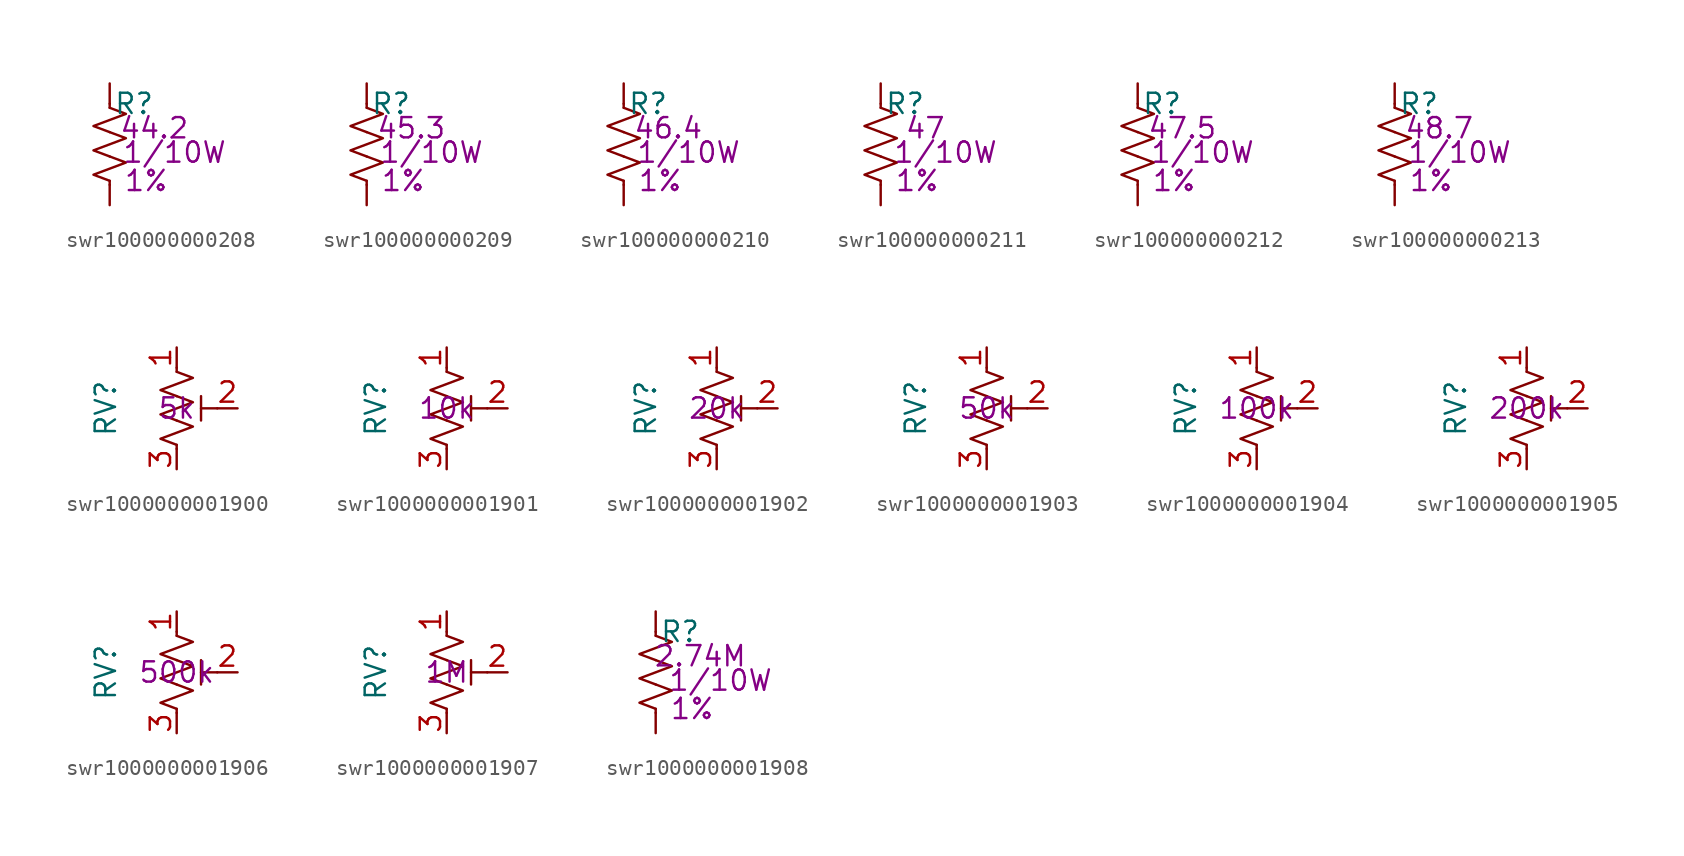
<source format=kicad_sym>
(kicad_symbol_lib
  (version 20211014)
  (generator kicad_symbol_editor)
  (symbol "swr100000000208"
    (pin_numbers hide)
    (pin_names
      (offset 1.016))
    (property "Reference" "R"
      (at 1.524 2.54 0)
      (effects (font (size 1.27 1.27))))
    (property "Tolerance" "1%"
      (at 2.286 -2.286 0)
      (effects (font (size 1.27 1.27))))
    (property "Wattage" "1/10W"
      (at 4.064 -0.508 0)
      (effects (font (size 1.27 1.27))))
    (property "PartValue" "44.2"
      (at 2.794 1.016 0)
      (effects (font (size 1.27 1.27))))
    (symbol "swr100000000208_1_1"
      (polyline (pts (xy 0 -2.286) (xy 0 -2.54)) (stroke (width 0) (type default) (color 0 0 0 0)) (fill (type none)))
      (polyline (pts (xy 0 2.286) (xy 0 2.54)) (stroke (width 0) (type default) (color 0 0 0 0)) (fill (type none)))
      (polyline (pts (xy 0 -0.762) (xy 1.016 -1.143) (xy 0 -1.524) (xy -1.016 -1.905) (xy 0 -2.286)) (stroke (width 0) (type default) (color 0 0 0 0)) (fill (type none)))
      (polyline (pts (xy 0 0.762) (xy 1.016 0.381) (xy 0 0) (xy -1.016 -0.381) (xy 0 -0.762)) (stroke (width 0) (type default) (color 0 0 0 0)) (fill (type none)))
      (polyline (pts (xy 0 2.286) (xy 1.016 1.905) (xy 0 1.524) (xy -1.016 1.143) (xy 0 0.762)) (stroke (width 0) (type default) (color 0 0 0 0)) (fill (type none)))
      (pin passive line (at 0 3.81 270) (length 1.27) (name "~" (effects (font (size 1.27 1.27)))) (number "1" (effects (font (size 1.27 1.27)))))
      (pin passive line (at 0 -3.81 90) (length 1.27) (name "~" (effects (font (size 1.27 1.27)))) (number "2" (effects (font (size 1.27 1.27)))))))
  (symbol "swr100000000209"
    (pin_numbers hide)
    (pin_names
      (offset 1.016))
    (property "Reference" "R"
      (at 1.524 2.54 0)
      (effects (font (size 1.27 1.27))))
    (property "Tolerance" "1%"
      (at 2.286 -2.286 0)
      (effects (font (size 1.27 1.27))))
    (property "Wattage" "1/10W"
      (at 4.064 -0.508 0)
      (effects (font (size 1.27 1.27))))
    (property "PartValue" "45.3"
      (at 2.794 1.016 0)
      (effects (font (size 1.27 1.27))))
    (symbol "swr100000000209_1_1"
      (polyline (pts (xy 0 -2.286) (xy 0 -2.54)) (stroke (width 0) (type default) (color 0 0 0 0)) (fill (type none)))
      (polyline (pts (xy 0 2.286) (xy 0 2.54)) (stroke (width 0) (type default) (color 0 0 0 0)) (fill (type none)))
      (polyline (pts (xy 0 -0.762) (xy 1.016 -1.143) (xy 0 -1.524) (xy -1.016 -1.905) (xy 0 -2.286)) (stroke (width 0) (type default) (color 0 0 0 0)) (fill (type none)))
      (polyline (pts (xy 0 0.762) (xy 1.016 0.381) (xy 0 0) (xy -1.016 -0.381) (xy 0 -0.762)) (stroke (width 0) (type default) (color 0 0 0 0)) (fill (type none)))
      (polyline (pts (xy 0 2.286) (xy 1.016 1.905) (xy 0 1.524) (xy -1.016 1.143) (xy 0 0.762)) (stroke (width 0) (type default) (color 0 0 0 0)) (fill (type none)))
      (pin passive line (at 0 3.81 270) (length 1.27) (name "~" (effects (font (size 1.27 1.27)))) (number "1" (effects (font (size 1.27 1.27)))))
      (pin passive line (at 0 -3.81 90) (length 1.27) (name "~" (effects (font (size 1.27 1.27)))) (number "2" (effects (font (size 1.27 1.27)))))))
  (symbol "swr100000000210"
    (pin_numbers hide)
    (pin_names
      (offset 1.016))
    (property "Reference" "R"
      (at 1.524 2.54 0)
      (effects (font (size 1.27 1.27))))
    (property "Tolerance" "1%"
      (at 2.286 -2.286 0)
      (effects (font (size 1.27 1.27))))
    (property "Wattage" "1/10W"
      (at 4.064 -0.508 0)
      (effects (font (size 1.27 1.27))))
    (property "PartValue" "46.4"
      (at 2.794 1.016 0)
      (effects (font (size 1.27 1.27))))
    (symbol "swr100000000210_1_1"
      (polyline (pts (xy 0 -2.286) (xy 0 -2.54)) (stroke (width 0) (type default) (color 0 0 0 0)) (fill (type none)))
      (polyline (pts (xy 0 2.286) (xy 0 2.54)) (stroke (width 0) (type default) (color 0 0 0 0)) (fill (type none)))
      (polyline (pts (xy 0 -0.762) (xy 1.016 -1.143) (xy 0 -1.524) (xy -1.016 -1.905) (xy 0 -2.286)) (stroke (width 0) (type default) (color 0 0 0 0)) (fill (type none)))
      (polyline (pts (xy 0 0.762) (xy 1.016 0.381) (xy 0 0) (xy -1.016 -0.381) (xy 0 -0.762)) (stroke (width 0) (type default) (color 0 0 0 0)) (fill (type none)))
      (polyline (pts (xy 0 2.286) (xy 1.016 1.905) (xy 0 1.524) (xy -1.016 1.143) (xy 0 0.762)) (stroke (width 0) (type default) (color 0 0 0 0)) (fill (type none)))
      (pin passive line (at 0 3.81 270) (length 1.27) (name "~" (effects (font (size 1.27 1.27)))) (number "1" (effects (font (size 1.27 1.27)))))
      (pin passive line (at 0 -3.81 90) (length 1.27) (name "~" (effects (font (size 1.27 1.27)))) (number "2" (effects (font (size 1.27 1.27)))))))
  (symbol "swr100000000211"
    (pin_numbers hide)
    (pin_names
      (offset 1.016))
    (property "Reference" "R"
      (at 1.524 2.54 0)
      (effects (font (size 1.27 1.27))))
    (property "Tolerance" "1%"
      (at 2.286 -2.286 0)
      (effects (font (size 1.27 1.27))))
    (property "Wattage" "1/10W"
      (at 4.064 -0.508 0)
      (effects (font (size 1.27 1.27))))
    (property "PartValue" "47"
      (at 2.794 1.016 0)
      (effects (font (size 1.27 1.27))))
    (symbol "swr100000000211_1_1"
      (polyline (pts (xy 0 -2.286) (xy 0 -2.54)) (stroke (width 0) (type default) (color 0 0 0 0)) (fill (type none)))
      (polyline (pts (xy 0 2.286) (xy 0 2.54)) (stroke (width 0) (type default) (color 0 0 0 0)) (fill (type none)))
      (polyline (pts (xy 0 -0.762) (xy 1.016 -1.143) (xy 0 -1.524) (xy -1.016 -1.905) (xy 0 -2.286)) (stroke (width 0) (type default) (color 0 0 0 0)) (fill (type none)))
      (polyline (pts (xy 0 0.762) (xy 1.016 0.381) (xy 0 0) (xy -1.016 -0.381) (xy 0 -0.762)) (stroke (width 0) (type default) (color 0 0 0 0)) (fill (type none)))
      (polyline (pts (xy 0 2.286) (xy 1.016 1.905) (xy 0 1.524) (xy -1.016 1.143) (xy 0 0.762)) (stroke (width 0) (type default) (color 0 0 0 0)) (fill (type none)))
      (pin passive line (at 0 3.81 270) (length 1.27) (name "~" (effects (font (size 1.27 1.27)))) (number "1" (effects (font (size 1.27 1.27)))))
      (pin passive line (at 0 -3.81 90) (length 1.27) (name "~" (effects (font (size 1.27 1.27)))) (number "2" (effects (font (size 1.27 1.27)))))))
  (symbol "swr100000000212"
    (pin_numbers hide)
    (pin_names
      (offset 1.016))
    (property "Reference" "R"
      (at 1.524 2.54 0)
      (effects (font (size 1.27 1.27))))
    (property "Tolerance" "1%"
      (at 2.286 -2.286 0)
      (effects (font (size 1.27 1.27))))
    (property "Wattage" "1/10W"
      (at 4.064 -0.508 0)
      (effects (font (size 1.27 1.27))))
    (property "PartValue" "47.5"
      (at 2.794 1.016 0)
      (effects (font (size 1.27 1.27))))
    (symbol "swr100000000212_1_1"
      (polyline (pts (xy 0 -2.286) (xy 0 -2.54)) (stroke (width 0) (type default) (color 0 0 0 0)) (fill (type none)))
      (polyline (pts (xy 0 2.286) (xy 0 2.54)) (stroke (width 0) (type default) (color 0 0 0 0)) (fill (type none)))
      (polyline (pts (xy 0 -0.762) (xy 1.016 -1.143) (xy 0 -1.524) (xy -1.016 -1.905) (xy 0 -2.286)) (stroke (width 0) (type default) (color 0 0 0 0)) (fill (type none)))
      (polyline (pts (xy 0 0.762) (xy 1.016 0.381) (xy 0 0) (xy -1.016 -0.381) (xy 0 -0.762)) (stroke (width 0) (type default) (color 0 0 0 0)) (fill (type none)))
      (polyline (pts (xy 0 2.286) (xy 1.016 1.905) (xy 0 1.524) (xy -1.016 1.143) (xy 0 0.762)) (stroke (width 0) (type default) (color 0 0 0 0)) (fill (type none)))
      (pin passive line (at 0 3.81 270) (length 1.27) (name "~" (effects (font (size 1.27 1.27)))) (number "1" (effects (font (size 1.27 1.27)))))
      (pin passive line (at 0 -3.81 90) (length 1.27) (name "~" (effects (font (size 1.27 1.27)))) (number "2" (effects (font (size 1.27 1.27)))))))
  (symbol "swr100000000213"
    (pin_numbers hide)
    (pin_names
      (offset 1.016))
    (property "Reference" "R"
      (at 1.524 2.54 0)
      (effects (font (size 1.27 1.27))))
    (property "Tolerance" "1%"
      (at 2.286 -2.286 0)
      (effects (font (size 1.27 1.27))))
    (property "Wattage" "1/10W"
      (at 4.064 -0.508 0)
      (effects (font (size 1.27 1.27))))
    (property "PartValue" "48.7"
      (at 2.794 1.016 0)
      (effects (font (size 1.27 1.27))))
    (symbol "swr100000000213_1_1"
      (polyline (pts (xy 0 -2.286) (xy 0 -2.54)) (stroke (width 0) (type default) (color 0 0 0 0)) (fill (type none)))
      (polyline (pts (xy 0 2.286) (xy 0 2.54)) (stroke (width 0) (type default) (color 0 0 0 0)) (fill (type none)))
      (polyline (pts (xy 0 -0.762) (xy 1.016 -1.143) (xy 0 -1.524) (xy -1.016 -1.905) (xy 0 -2.286)) (stroke (width 0) (type default) (color 0 0 0 0)) (fill (type none)))
      (polyline (pts (xy 0 0.762) (xy 1.016 0.381) (xy 0 0) (xy -1.016 -0.381) (xy 0 -0.762)) (stroke (width 0) (type default) (color 0 0 0 0)) (fill (type none)))
      (polyline (pts (xy 0 2.286) (xy 1.016 1.905) (xy 0 1.524) (xy -1.016 1.143) (xy 0 0.762)) (stroke (width 0) (type default) (color 0 0 0 0)) (fill (type none)))
      (pin passive line (at 0 3.81 270) (length 1.27) (name "~" (effects (font (size 1.27 1.27)))) (number "1" (effects (font (size 1.27 1.27)))))
      (pin passive line (at 0 -3.81 90) (length 1.27) (name "~" (effects (font (size 1.27 1.27)))) (number "2" (effects (font (size 1.27 1.27)))))))
  (symbol "swr1000000001900"
    (pin_names
      (offset 1.016) hide)
    (property "Reference" "RV"
      (at -4.445 0 90)
      (effects (font (size 1.27 1.27))))
    (property "Field4" "5k"
      (at 0 0 0)
      (effects (font (size 1.27 1.27))))
    (symbol "swr1000000001900_0_1"
      (polyline (pts (xy 0 -2.286) (xy 0 -2.54)) (stroke (width 0) (type default) (color 0 0 0 0)) (fill (type none)))
      (polyline (pts (xy 0 2.286) (xy 0 2.54)) (stroke (width 0) (type default) (color 0 0 0 0)) (fill (type none)))
      (polyline (pts (xy 1.524 0.762) (xy 1.524 -0.762)) (stroke (width 0) (type default) (color 0 0 0 0)) (fill (type none)))
      (polyline (pts (xy 2.54 0) (xy 1.524 0)) (stroke (width 0) (type default) (color 0 0 0 0)) (fill (type none)))
      (polyline (pts (xy 0 -0.762) (xy 1.016 -1.143) (xy 0 -1.524) (xy -1.016 -1.905) (xy 0 -2.286)) (stroke (width 0) (type default) (color 0 0 0 0)) (fill (type none)))
      (polyline (pts (xy 0 0.762) (xy 1.016 0.381) (xy 0 0) (xy -1.016 -0.381) (xy 0 -0.762)) (stroke (width 0) (type default) (color 0 0 0 0)) (fill (type none)))
      (polyline (pts (xy 0 2.286) (xy 1.016 1.905) (xy 0 1.524) (xy -1.016 1.143) (xy 0 0.762)) (stroke (width 0) (type default) (color 0 0 0 0)) (fill (type none))))
    (symbol "swr1000000001900_1_1"
      (pin passive line (at 0 3.81 270) (length 1.27) (name "1" (effects (font (size 1.27 1.27)))) (number "1" (effects (font (size 1.27 1.27)))))
      (pin passive line (at 3.81 0 180) (length 1.27) (name "2" (effects (font (size 1.27 1.27)))) (number "2" (effects (font (size 1.27 1.27)))))
      (pin passive line (at 0 -3.81 90) (length 1.27) (name "3" (effects (font (size 1.27 1.27)))) (number "3" (effects (font (size 1.27 1.27)))))))
  (symbol "swr1000000001901"
    (pin_names
      (offset 1.016) hide)
    (property "Reference" "RV"
      (at -4.445 0 90)
      (effects (font (size 1.27 1.27))))
    (property "Field4" "10k"
      (at 0 0 0)
      (effects (font (size 1.27 1.27))))
    (symbol "swr1000000001901_0_1"
      (polyline (pts (xy 0 -2.286) (xy 0 -2.54)) (stroke (width 0) (type default) (color 0 0 0 0)) (fill (type none)))
      (polyline (pts (xy 0 2.286) (xy 0 2.54)) (stroke (width 0) (type default) (color 0 0 0 0)) (fill (type none)))
      (polyline (pts (xy 1.524 0.762) (xy 1.524 -0.762)) (stroke (width 0) (type default) (color 0 0 0 0)) (fill (type none)))
      (polyline (pts (xy 2.54 0) (xy 1.524 0)) (stroke (width 0) (type default) (color 0 0 0 0)) (fill (type none)))
      (polyline (pts (xy 0 -0.762) (xy 1.016 -1.143) (xy 0 -1.524) (xy -1.016 -1.905) (xy 0 -2.286)) (stroke (width 0) (type default) (color 0 0 0 0)) (fill (type none)))
      (polyline (pts (xy 0 0.762) (xy 1.016 0.381) (xy 0 0) (xy -1.016 -0.381) (xy 0 -0.762)) (stroke (width 0) (type default) (color 0 0 0 0)) (fill (type none)))
      (polyline (pts (xy 0 2.286) (xy 1.016 1.905) (xy 0 1.524) (xy -1.016 1.143) (xy 0 0.762)) (stroke (width 0) (type default) (color 0 0 0 0)) (fill (type none))))
    (symbol "swr1000000001901_1_1"
      (pin passive line (at 0 3.81 270) (length 1.27) (name "1" (effects (font (size 1.27 1.27)))) (number "1" (effects (font (size 1.27 1.27)))))
      (pin passive line (at 3.81 0 180) (length 1.27) (name "2" (effects (font (size 1.27 1.27)))) (number "2" (effects (font (size 1.27 1.27)))))
      (pin passive line (at 0 -3.81 90) (length 1.27) (name "3" (effects (font (size 1.27 1.27)))) (number "3" (effects (font (size 1.27 1.27)))))))
  (symbol "swr1000000001902"
    (pin_names
      (offset 1.016) hide)
    (property "Reference" "RV"
      (at -4.445 0 90)
      (effects (font (size 1.27 1.27))))
    (property "Field4" "20k"
      (at 0 0 0)
      (effects (font (size 1.27 1.27))))
    (symbol "swr1000000001902_0_1"
      (polyline (pts (xy 0 -2.286) (xy 0 -2.54)) (stroke (width 0) (type default) (color 0 0 0 0)) (fill (type none)))
      (polyline (pts (xy 0 2.286) (xy 0 2.54)) (stroke (width 0) (type default) (color 0 0 0 0)) (fill (type none)))
      (polyline (pts (xy 1.524 0.762) (xy 1.524 -0.762)) (stroke (width 0) (type default) (color 0 0 0 0)) (fill (type none)))
      (polyline (pts (xy 2.54 0) (xy 1.524 0)) (stroke (width 0) (type default) (color 0 0 0 0)) (fill (type none)))
      (polyline (pts (xy 0 -0.762) (xy 1.016 -1.143) (xy 0 -1.524) (xy -1.016 -1.905) (xy 0 -2.286)) (stroke (width 0) (type default) (color 0 0 0 0)) (fill (type none)))
      (polyline (pts (xy 0 0.762) (xy 1.016 0.381) (xy 0 0) (xy -1.016 -0.381) (xy 0 -0.762)) (stroke (width 0) (type default) (color 0 0 0 0)) (fill (type none)))
      (polyline (pts (xy 0 2.286) (xy 1.016 1.905) (xy 0 1.524) (xy -1.016 1.143) (xy 0 0.762)) (stroke (width 0) (type default) (color 0 0 0 0)) (fill (type none))))
    (symbol "swr1000000001902_1_1"
      (pin passive line (at 0 3.81 270) (length 1.27) (name "1" (effects (font (size 1.27 1.27)))) (number "1" (effects (font (size 1.27 1.27)))))
      (pin passive line (at 3.81 0 180) (length 1.27) (name "2" (effects (font (size 1.27 1.27)))) (number "2" (effects (font (size 1.27 1.27)))))
      (pin passive line (at 0 -3.81 90) (length 1.27) (name "3" (effects (font (size 1.27 1.27)))) (number "3" (effects (font (size 1.27 1.27)))))))
  (symbol "swr1000000001903"
    (pin_names
      (offset 1.016) hide)
    (property "Reference" "RV"
      (at -4.445 0 90)
      (effects (font (size 1.27 1.27))))
    (property "Field4" "50k"
      (at 0 0 0)
      (effects (font (size 1.27 1.27))))
    (symbol "swr1000000001903_0_1"
      (polyline (pts (xy 0 -2.286) (xy 0 -2.54)) (stroke (width 0) (type default) (color 0 0 0 0)) (fill (type none)))
      (polyline (pts (xy 0 2.286) (xy 0 2.54)) (stroke (width 0) (type default) (color 0 0 0 0)) (fill (type none)))
      (polyline (pts (xy 1.524 0.762) (xy 1.524 -0.762)) (stroke (width 0) (type default) (color 0 0 0 0)) (fill (type none)))
      (polyline (pts (xy 2.54 0) (xy 1.524 0)) (stroke (width 0) (type default) (color 0 0 0 0)) (fill (type none)))
      (polyline (pts (xy 0 -0.762) (xy 1.016 -1.143) (xy 0 -1.524) (xy -1.016 -1.905) (xy 0 -2.286)) (stroke (width 0) (type default) (color 0 0 0 0)) (fill (type none)))
      (polyline (pts (xy 0 0.762) (xy 1.016 0.381) (xy 0 0) (xy -1.016 -0.381) (xy 0 -0.762)) (stroke (width 0) (type default) (color 0 0 0 0)) (fill (type none)))
      (polyline (pts (xy 0 2.286) (xy 1.016 1.905) (xy 0 1.524) (xy -1.016 1.143) (xy 0 0.762)) (stroke (width 0) (type default) (color 0 0 0 0)) (fill (type none))))
    (symbol "swr1000000001903_1_1"
      (pin passive line (at 0 3.81 270) (length 1.27) (name "1" (effects (font (size 1.27 1.27)))) (number "1" (effects (font (size 1.27 1.27)))))
      (pin passive line (at 3.81 0 180) (length 1.27) (name "2" (effects (font (size 1.27 1.27)))) (number "2" (effects (font (size 1.27 1.27)))))
      (pin passive line (at 0 -3.81 90) (length 1.27) (name "3" (effects (font (size 1.27 1.27)))) (number "3" (effects (font (size 1.27 1.27)))))))
  (symbol "swr1000000001904"
    (pin_names
      (offset 1.016) hide)
    (property "Reference" "RV"
      (at -4.445 0 90)
      (effects (font (size 1.27 1.27))))
    (property "Field4" "100k"
      (at 0 0 0)
      (effects (font (size 1.27 1.27))))
    (symbol "swr1000000001904_0_1"
      (polyline (pts (xy 0 -2.286) (xy 0 -2.54)) (stroke (width 0) (type default) (color 0 0 0 0)) (fill (type none)))
      (polyline (pts (xy 0 2.286) (xy 0 2.54)) (stroke (width 0) (type default) (color 0 0 0 0)) (fill (type none)))
      (polyline (pts (xy 1.524 0.762) (xy 1.524 -0.762)) (stroke (width 0) (type default) (color 0 0 0 0)) (fill (type none)))
      (polyline (pts (xy 2.54 0) (xy 1.524 0)) (stroke (width 0) (type default) (color 0 0 0 0)) (fill (type none)))
      (polyline (pts (xy 0 -0.762) (xy 1.016 -1.143) (xy 0 -1.524) (xy -1.016 -1.905) (xy 0 -2.286)) (stroke (width 0) (type default) (color 0 0 0 0)) (fill (type none)))
      (polyline (pts (xy 0 0.762) (xy 1.016 0.381) (xy 0 0) (xy -1.016 -0.381) (xy 0 -0.762)) (stroke (width 0) (type default) (color 0 0 0 0)) (fill (type none)))
      (polyline (pts (xy 0 2.286) (xy 1.016 1.905) (xy 0 1.524) (xy -1.016 1.143) (xy 0 0.762)) (stroke (width 0) (type default) (color 0 0 0 0)) (fill (type none))))
    (symbol "swr1000000001904_1_1"
      (pin passive line (at 0 3.81 270) (length 1.27) (name "1" (effects (font (size 1.27 1.27)))) (number "1" (effects (font (size 1.27 1.27)))))
      (pin passive line (at 3.81 0 180) (length 1.27) (name "2" (effects (font (size 1.27 1.27)))) (number "2" (effects (font (size 1.27 1.27)))))
      (pin passive line (at 0 -3.81 90) (length 1.27) (name "3" (effects (font (size 1.27 1.27)))) (number "3" (effects (font (size 1.27 1.27)))))))
  (symbol "swr1000000001905"
    (pin_names
      (offset 1.016) hide)
    (property "Reference" "RV"
      (at -4.445 0 90)
      (effects (font (size 1.27 1.27))))
    (property "Field4" "200k"
      (at 0 0 0)
      (effects (font (size 1.27 1.27))))
    (symbol "swr1000000001905_0_1"
      (polyline (pts (xy 0 -2.286) (xy 0 -2.54)) (stroke (width 0) (type default) (color 0 0 0 0)) (fill (type none)))
      (polyline (pts (xy 0 2.286) (xy 0 2.54)) (stroke (width 0) (type default) (color 0 0 0 0)) (fill (type none)))
      (polyline (pts (xy 1.524 0.762) (xy 1.524 -0.762)) (stroke (width 0) (type default) (color 0 0 0 0)) (fill (type none)))
      (polyline (pts (xy 2.54 0) (xy 1.524 0)) (stroke (width 0) (type default) (color 0 0 0 0)) (fill (type none)))
      (polyline (pts (xy 0 -0.762) (xy 1.016 -1.143) (xy 0 -1.524) (xy -1.016 -1.905) (xy 0 -2.286)) (stroke (width 0) (type default) (color 0 0 0 0)) (fill (type none)))
      (polyline (pts (xy 0 0.762) (xy 1.016 0.381) (xy 0 0) (xy -1.016 -0.381) (xy 0 -0.762)) (stroke (width 0) (type default) (color 0 0 0 0)) (fill (type none)))
      (polyline (pts (xy 0 2.286) (xy 1.016 1.905) (xy 0 1.524) (xy -1.016 1.143) (xy 0 0.762)) (stroke (width 0) (type default) (color 0 0 0 0)) (fill (type none))))
    (symbol "swr1000000001905_1_1"
      (pin passive line (at 0 3.81 270) (length 1.27) (name "1" (effects (font (size 1.27 1.27)))) (number "1" (effects (font (size 1.27 1.27)))))
      (pin passive line (at 3.81 0 180) (length 1.27) (name "2" (effects (font (size 1.27 1.27)))) (number "2" (effects (font (size 1.27 1.27)))))
      (pin passive line (at 0 -3.81 90) (length 1.27) (name "3" (effects (font (size 1.27 1.27)))) (number "3" (effects (font (size 1.27 1.27)))))))
  (symbol "swr1000000001906"
    (pin_names
      (offset 1.016) hide)
    (property "Reference" "RV"
      (at -4.445 0 90)
      (effects (font (size 1.27 1.27))))
    (property "Field4" "500k"
      (at 0 0 0)
      (effects (font (size 1.27 1.27))))
    (symbol "swr1000000001906_0_1"
      (polyline (pts (xy 0 -2.286) (xy 0 -2.54)) (stroke (width 0) (type default) (color 0 0 0 0)) (fill (type none)))
      (polyline (pts (xy 0 2.286) (xy 0 2.54)) (stroke (width 0) (type default) (color 0 0 0 0)) (fill (type none)))
      (polyline (pts (xy 1.524 0.762) (xy 1.524 -0.762)) (stroke (width 0) (type default) (color 0 0 0 0)) (fill (type none)))
      (polyline (pts (xy 2.54 0) (xy 1.524 0)) (stroke (width 0) (type default) (color 0 0 0 0)) (fill (type none)))
      (polyline (pts (xy 0 -0.762) (xy 1.016 -1.143) (xy 0 -1.524) (xy -1.016 -1.905) (xy 0 -2.286)) (stroke (width 0) (type default) (color 0 0 0 0)) (fill (type none)))
      (polyline (pts (xy 0 0.762) (xy 1.016 0.381) (xy 0 0) (xy -1.016 -0.381) (xy 0 -0.762)) (stroke (width 0) (type default) (color 0 0 0 0)) (fill (type none)))
      (polyline (pts (xy 0 2.286) (xy 1.016 1.905) (xy 0 1.524) (xy -1.016 1.143) (xy 0 0.762)) (stroke (width 0) (type default) (color 0 0 0 0)) (fill (type none))))
    (symbol "swr1000000001906_1_1"
      (pin passive line (at 0 3.81 270) (length 1.27) (name "1" (effects (font (size 1.27 1.27)))) (number "1" (effects (font (size 1.27 1.27)))))
      (pin passive line (at 3.81 0 180) (length 1.27) (name "2" (effects (font (size 1.27 1.27)))) (number "2" (effects (font (size 1.27 1.27)))))
      (pin passive line (at 0 -3.81 90) (length 1.27) (name "3" (effects (font (size 1.27 1.27)))) (number "3" (effects (font (size 1.27 1.27)))))))
  (symbol "swr1000000001907"
    (pin_names
      (offset 1.016) hide)
    (property "Reference" "RV"
      (at -4.445 0 90)
      (effects (font (size 1.27 1.27))))
    (property "Field4" "1M"
      (at 0 0 0)
      (effects (font (size 1.27 1.27))))
    (symbol "swr1000000001907_0_1"
      (polyline (pts (xy 0 -2.286) (xy 0 -2.54)) (stroke (width 0) (type default) (color 0 0 0 0)) (fill (type none)))
      (polyline (pts (xy 0 2.286) (xy 0 2.54)) (stroke (width 0) (type default) (color 0 0 0 0)) (fill (type none)))
      (polyline (pts (xy 1.524 0.762) (xy 1.524 -0.762)) (stroke (width 0) (type default) (color 0 0 0 0)) (fill (type none)))
      (polyline (pts (xy 2.54 0) (xy 1.524 0)) (stroke (width 0) (type default) (color 0 0 0 0)) (fill (type none)))
      (polyline (pts (xy 0 -0.762) (xy 1.016 -1.143) (xy 0 -1.524) (xy -1.016 -1.905) (xy 0 -2.286)) (stroke (width 0) (type default) (color 0 0 0 0)) (fill (type none)))
      (polyline (pts (xy 0 0.762) (xy 1.016 0.381) (xy 0 0) (xy -1.016 -0.381) (xy 0 -0.762)) (stroke (width 0) (type default) (color 0 0 0 0)) (fill (type none)))
      (polyline (pts (xy 0 2.286) (xy 1.016 1.905) (xy 0 1.524) (xy -1.016 1.143) (xy 0 0.762)) (stroke (width 0) (type default) (color 0 0 0 0)) (fill (type none))))
    (symbol "swr1000000001907_1_1"
      (pin passive line (at 0 3.81 270) (length 1.27) (name "1" (effects (font (size 1.27 1.27)))) (number "1" (effects (font (size 1.27 1.27)))))
      (pin passive line (at 3.81 0 180) (length 1.27) (name "2" (effects (font (size 1.27 1.27)))) (number "2" (effects (font (size 1.27 1.27)))))
      (pin passive line (at 0 -3.81 90) (length 1.27) (name "3" (effects (font (size 1.27 1.27)))) (number "3" (effects (font (size 1.27 1.27)))))))
  (symbol "swr1000000001908"
    (pin_numbers hide)
    (pin_names
      (offset 1.016))
    (property "Reference" "R"
      (at 1.524 2.54 0)
      (effects (font (size 1.27 1.27))))
    (property "Tolerance" "1%"
      (at 2.286 -2.286 0)
      (effects (font (size 1.27 1.27))))
    (property "Wattage" "1/10W"
      (at 4.064 -0.508 0)
      (effects (font (size 1.27 1.27))))
    (property "PartValue" "2.74M"
      (at 2.794 1.016 0)
      (effects (font (size 1.27 1.27))))
    (symbol "swr1000000001908_1_1"
      (polyline (pts (xy 0 -2.286) (xy 0 -2.54)) (stroke (width 0) (type default) (color 0 0 0 0)) (fill (type none)))
      (polyline (pts (xy 0 2.286) (xy 0 2.54)) (stroke (width 0) (type default) (color 0 0 0 0)) (fill (type none)))
      (polyline (pts (xy 0 -0.762) (xy 1.016 -1.143) (xy 0 -1.524) (xy -1.016 -1.905) (xy 0 -2.286)) (stroke (width 0) (type default) (color 0 0 0 0)) (fill (type none)))
      (polyline (pts (xy 0 0.762) (xy 1.016 0.381) (xy 0 0) (xy -1.016 -0.381) (xy 0 -0.762)) (stroke (width 0) (type default) (color 0 0 0 0)) (fill (type none)))
      (polyline (pts (xy 0 2.286) (xy 1.016 1.905) (xy 0 1.524) (xy -1.016 1.143) (xy 0 0.762)) (stroke (width 0) (type default) (color 0 0 0 0)) (fill (type none)))
      (pin passive line (at 0 3.81 270) (length 1.27) (name "~" (effects (font (size 1.27 1.27)))) (number "1" (effects (font (size 1.27 1.27)))))
      (pin passive line (at 0 -3.81 90) (length 1.27) (name "~" (effects (font (size 1.27 1.27)))) (number "2" (effects (font (size 1.27 1.27))))))))
</source>
